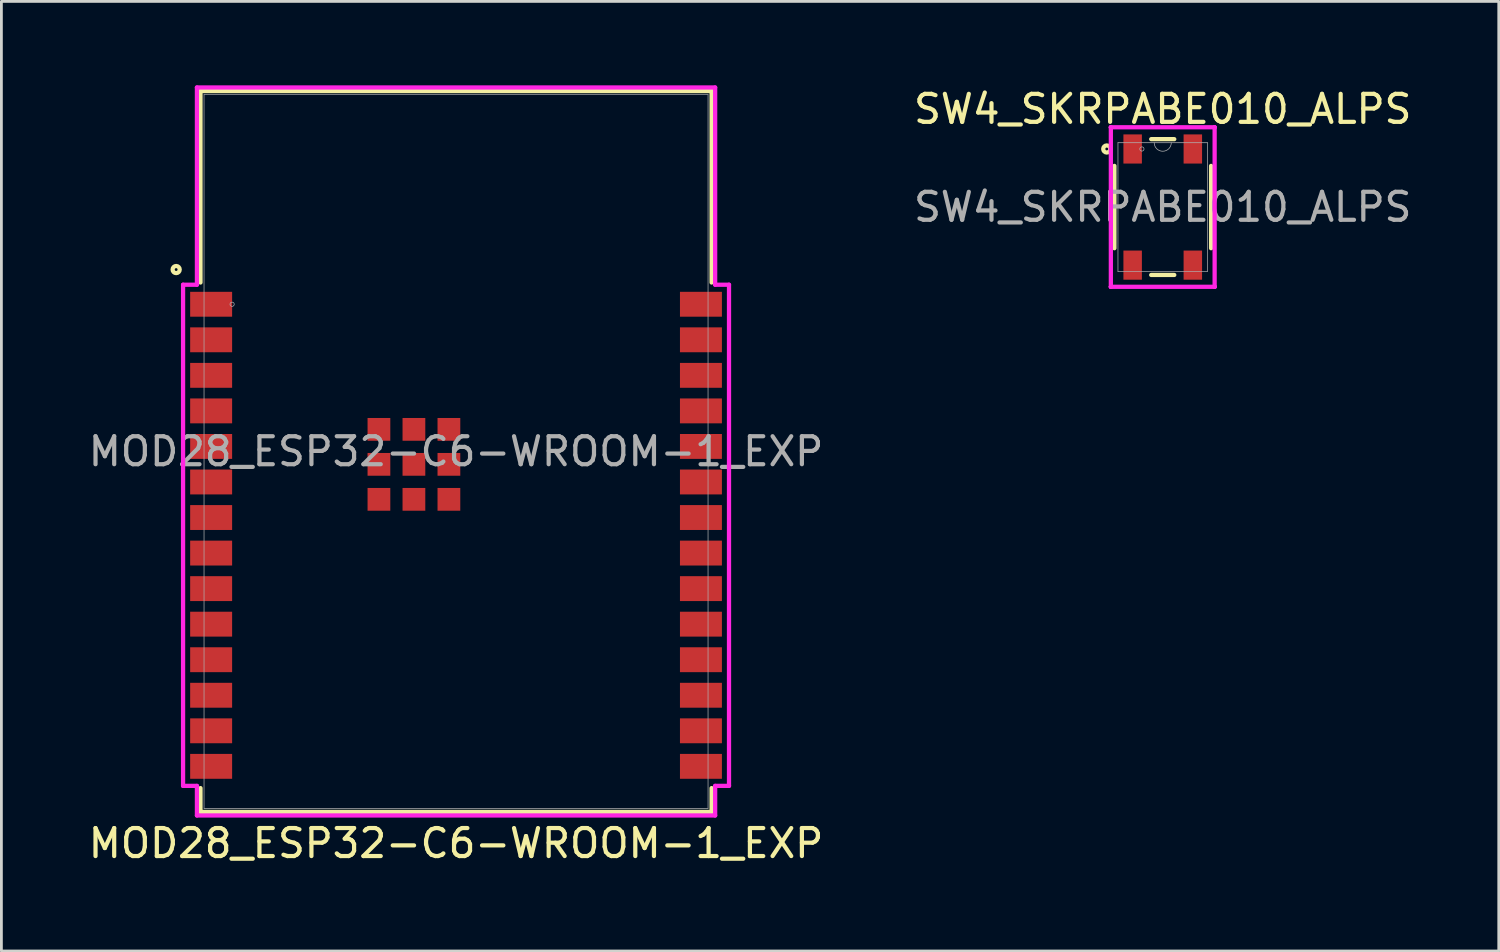
<source format=kicad_pcb>
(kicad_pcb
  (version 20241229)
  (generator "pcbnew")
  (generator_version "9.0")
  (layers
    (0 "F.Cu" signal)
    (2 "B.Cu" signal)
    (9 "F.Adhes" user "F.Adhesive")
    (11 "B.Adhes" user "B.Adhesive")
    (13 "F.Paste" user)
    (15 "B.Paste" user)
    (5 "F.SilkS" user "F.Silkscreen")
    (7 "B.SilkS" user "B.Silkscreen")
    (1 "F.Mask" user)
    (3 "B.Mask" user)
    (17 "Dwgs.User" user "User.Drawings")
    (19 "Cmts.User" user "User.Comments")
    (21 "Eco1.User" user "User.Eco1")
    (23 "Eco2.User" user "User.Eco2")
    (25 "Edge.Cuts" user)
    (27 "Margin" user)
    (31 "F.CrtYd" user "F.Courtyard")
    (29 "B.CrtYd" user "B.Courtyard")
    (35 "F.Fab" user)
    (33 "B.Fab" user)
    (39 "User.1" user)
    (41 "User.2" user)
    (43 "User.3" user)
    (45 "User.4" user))
  (footprint "SW4_SKRPABE010_ALPS"
    (layer "F.Cu")
    (at 38.494 4.348)
    (property "Reference" "SW4_SKRPABE010_ALPS" (at 0 -3.5 0) (unlocked yes) (layer "F.SilkS") (effects (font (size 1 1) (thickness 0.15))))
    (attr smd)
    (fp_line (start -1.727 -1.47) (end -1.727 1.47) (stroke (width 0.152) (type solid)) (layer "F.SilkS"))
    (fp_line (start -0.412 2.426) (end 0.412 2.426) (stroke (width 0.152) (type solid)) (layer "F.SilkS"))
    (fp_line (start 0.412 -2.426) (end -0.412 -2.426) (stroke (width 0.152) (type solid)) (layer "F.SilkS"))
    (fp_line (start 1.727 1.47) (end 1.727 -1.47) (stroke (width 0.152) (type solid)) (layer "F.SilkS"))
    (fp_circle (center -2 -2.075) (end -1.873 -2.075) (stroke (width 0.152) (type solid)) (fill no) (layer "F.SilkS"))
    (fp_line (start -1.854 -2.85) (end -1.854 -2.85) (stroke (width 0.152) (type solid)) (layer "F.CrtYd"))
    (fp_line (start -1.854 -2.85) (end -1.854 -2.85) (stroke (width 0.152) (type solid)) (layer "F.CrtYd"))
    (fp_line (start -1.854 -2.85) (end 1.854 -2.85) (stroke (width 0.152) (type solid)) (layer "F.CrtYd"))
    (fp_line (start -1.854 2.85) (end -1.854 -2.85) (stroke (width 0.152) (type solid)) (layer "F.CrtYd"))
    (fp_line (start -1.854 2.85) (end -1.854 2.85) (stroke (width 0.152) (type solid)) (layer "F.CrtYd"))
    (fp_line (start -1.854 2.85) (end -1.854 2.85) (stroke (width 0.152) (type solid)) (layer "F.CrtYd"))
    (fp_line (start 1.854 -2.85) (end 1.854 -2.85) (stroke (width 0.152) (type solid)) (layer "F.CrtYd"))
    (fp_line (start 1.854 -2.85) (end 1.854 -2.85) (stroke (width 0.152) (type solid)) (layer "F.CrtYd"))
    (fp_line (start 1.854 -2.85) (end 1.854 2.85) (stroke (width 0.152) (type solid)) (layer "F.CrtYd"))
    (fp_line (start 1.854 2.85) (end -1.854 2.85) (stroke (width 0.152) (type solid)) (layer "F.CrtYd"))
    (fp_line (start 1.854 2.85) (end 1.854 2.85) (stroke (width 0.152) (type solid)) (layer "F.CrtYd"))
    (fp_line (start 1.854 2.85) (end 1.854 2.85) (stroke (width 0.152) (type solid)) (layer "F.CrtYd"))
    (fp_line (start -1.6 -2.299) (end -1.6 2.299) (stroke (width 0.025) (type solid)) (layer "F.Fab"))
    (fp_line (start -1.6 2.299) (end 1.6 2.299) (stroke (width 0.025) (type solid)) (layer "F.Fab"))
    (fp_line (start 1.6 -2.299) (end -1.6 -2.299) (stroke (width 0.025) (type solid)) (layer "F.Fab"))
    (fp_line (start 1.6 2.299) (end 1.6 -2.299) (stroke (width 0.025) (type solid)) (layer "F.Fab"))
    (fp_arc (start 0.3048 -2.2987) (mid 0 -1.9939) (end -0.3048 -2.2987) (stroke (width 0.0254) (type solid)) (layer "F.Fab"))
    (fp_circle (center -0.745 -2.075) (end -0.669 -2.075) (stroke (width 0.025) (type solid)) (fill no) (layer "F.Fab"))
    (fp_text user "${REFERENCE}" (at 0 0 0) (unlocked yes) (layer "F.Fab") (effects (font (size 1 1) (thickness 0.15))))
    (pad "1" smd rect (at -1.075 -2.075) (size 0.66 1.041) (layers "F.Cu" "F.Mask" "F.Paste"))
    (pad "2" smd rect (at -1.075 2.075) (size 0.66 1.041) (layers "F.Cu" "F.Mask" "F.Paste"))
    (pad "3" smd rect (at 1.075 -2.075) (size 0.66 1.041) (layers "F.Cu" "F.Mask" "F.Paste"))
    (pad "4" smd rect (at 1.075 2.075) (size 0.66 1.041) (layers "F.Cu" "F.Mask" "F.Paste")))
  (footprint "MOD28_ESP32-C6-WROOM-1_EXP"
    (layer "F.Cu")
    (at 13.244 13.081)
    (property "Reference" "MOD28_ESP32-C6-WROOM-1_EXP" (at 0 14 0) (unlocked yes) (layer "F.SilkS") (effects (font (size 1 1) (thickness 0.15))))
    (attr smd)
    (fp_line (start -9.131 -12.878) (end 9.131 -12.878) (stroke (width 0.152) (type solid)) (layer "F.SilkS"))
    (fp_line (start -9.131 -6.037) (end -9.131 -12.878) (stroke (width 0.152) (type solid)) (layer "F.SilkS"))
    (fp_line (start -9.131 12.878) (end -9.131 12.027) (stroke (width 0.152) (type solid)) (layer "F.SilkS"))
    (fp_line (start 9.131 -12.878) (end 9.131 -6.037) (stroke (width 0.152) (type solid)) (layer "F.SilkS"))
    (fp_line (start 9.131 12.027) (end 9.131 12.878) (stroke (width 0.152) (type solid)) (layer "F.SilkS"))
    (fp_line (start 9.131 12.878) (end -9.131 12.878) (stroke (width 0.152) (type solid)) (layer "F.SilkS"))
    (fp_circle (center -10 -6.5) (end -9.873 -6.5) (stroke (width 0.152) (type solid)) (fill no) (layer "F.SilkS"))
    (fp_poly (pts (xy -9.004 -12.751) (xy -9.004 -6.756) (xy 9.004 -6.756) (xy 9.004 -12.751)) (stroke (width 0.1) (type solid)) (fill no) (layer "Eco2.User"))
    (fp_line (start -9.753 -5.958) (end -9.753 11.948) (stroke (width 0.152) (type solid)) (layer "F.CrtYd"))
    (fp_line (start -9.753 11.948) (end -9.258 11.948) (stroke (width 0.152) (type solid)) (layer "F.CrtYd"))
    (fp_line (start -9.258 -13.005) (end -9.258 -5.958) (stroke (width 0.152) (type solid)) (layer "F.CrtYd"))
    (fp_line (start -9.258 -5.958) (end -9.753 -5.958) (stroke (width 0.152) (type solid)) (layer "F.CrtYd"))
    (fp_line (start -9.258 11.948) (end -9.258 13.005) (stroke (width 0.152) (type solid)) (layer "F.CrtYd"))
    (fp_line (start -9.258 13.005) (end 9.258 13.005) (stroke (width 0.152) (type solid)) (layer "F.CrtYd"))
    (fp_line (start 9.258 -13.005) (end -9.258 -13.005) (stroke (width 0.152) (type solid)) (layer "F.CrtYd"))
    (fp_line (start 9.258 -5.958) (end 9.258 -13.005) (stroke (width 0.152) (type solid)) (layer "F.CrtYd"))
    (fp_line (start 9.258 11.948) (end 9.753 11.948) (stroke (width 0.152) (type solid)) (layer "F.CrtYd"))
    (fp_line (start 9.258 13.005) (end 9.258 11.948) (stroke (width 0.152) (type solid)) (layer "F.CrtYd"))
    (fp_line (start 9.753 -5.958) (end 9.258 -5.958) (stroke (width 0.152) (type solid)) (layer "F.CrtYd"))
    (fp_line (start 9.753 11.948) (end 9.753 -5.958) (stroke (width 0.152) (type solid)) (layer "F.CrtYd"))
    (fp_line (start -9.004 -12.751) (end -9.004 12.751) (stroke (width 0.025) (type solid)) (layer "F.Fab"))
    (fp_line (start -9.004 12.751) (end 9.004 12.751) (stroke (width 0.025) (type solid)) (layer "F.Fab"))
    (fp_line (start 9.004 -12.751) (end -9.004 -12.751) (stroke (width 0.025) (type solid)) (layer "F.Fab"))
    (fp_line (start 9.004 12.751) (end 9.004 -12.751) (stroke (width 0.025) (type solid)) (layer "F.Fab"))
    (fp_circle (center -8.001 -5.26) (end -7.925 -5.26) (stroke (width 0.025) (type solid)) (fill no) (layer "F.Fab"))
    (fp_text user "${REFERENCE}" (at 0 0 0) (unlocked yes) (layer "F.Fab") (effects (font (size 1 1) (thickness 0.15))))
    (pad "1" smd rect (at -8.75 -5.26) (size 1.499 0.889) (layers "F.Cu" "F.Mask" "F.Paste"))
    (pad "2" smd rect (at -8.75 -3.99) (size 1.499 0.889) (layers "F.Cu" "F.Mask" "F.Paste"))
    (pad "3" smd rect (at -8.75 -2.72) (size 1.499 0.889) (layers "F.Cu" "F.Mask" "F.Paste"))
    (pad "4" smd rect (at -8.75 -1.45) (size 1.499 0.889) (layers "F.Cu" "F.Mask" "F.Paste"))
    (pad "5" smd rect (at -8.75 -0.18) (size 1.499 0.889) (layers "F.Cu" "F.Mask" "F.Paste"))
    (pad "6" smd rect (at -8.75 1.09) (size 1.499 0.889) (layers "F.Cu" "F.Mask" "F.Paste"))
    (pad "7" smd rect (at -8.75 2.36) (size 1.499 0.889) (layers "F.Cu" "F.Mask" "F.Paste"))
    (pad "8" smd rect (at -8.75 3.63) (size 1.499 0.889) (layers "F.Cu" "F.Mask" "F.Paste"))
    (pad "9" smd rect (at -8.75 4.9) (size 1.499 0.889) (layers "F.Cu" "F.Mask" "F.Paste"))
    (pad "10" smd rect (at -8.75 6.17) (size 1.499 0.889) (layers "F.Cu" "F.Mask" "F.Paste"))
    (pad "11" smd rect (at -8.75 7.44) (size 1.499 0.889) (layers "F.Cu" "F.Mask" "F.Paste"))
    (pad "12" smd rect (at -8.75 8.71) (size 1.499 0.889) (layers "F.Cu" "F.Mask" "F.Paste"))
    (pad "13" smd rect (at -8.75 9.98) (size 1.499 0.889) (layers "F.Cu" "F.Mask" "F.Paste"))
    (pad "14" smd rect (at -8.75 11.25) (size 1.499 0.889) (layers "F.Cu" "F.Mask" "F.Paste"))
    (pad "15" smd rect (at 8.75 11.25) (size 1.499 0.889) (layers "F.Cu" "F.Mask" "F.Paste"))
    (pad "16" smd rect (at 8.75 9.98) (size 1.499 0.889) (layers "F.Cu" "F.Mask" "F.Paste"))
    (pad "17" smd rect (at 8.75 8.71) (size 1.499 0.889) (layers "F.Cu" "F.Mask" "F.Paste"))
    (pad "18" smd rect (at 8.75 7.44) (size 1.499 0.889) (layers "F.Cu" "F.Mask" "F.Paste"))
    (pad "19" smd rect (at 8.75 6.17) (size 1.499 0.889) (layers "F.Cu" "F.Mask" "F.Paste"))
    (pad "20" smd rect (at 8.75 4.9) (size 1.499 0.889) (layers "F.Cu" "F.Mask" "F.Paste"))
    (pad "21" smd rect (at 8.75 3.63) (size 1.499 0.889) (layers "F.Cu" "F.Mask" "F.Paste"))
    (pad "22" smd rect (at 8.75 2.36) (size 1.499 0.889) (layers "F.Cu" "F.Mask" "F.Paste"))
    (pad "23" smd rect (at 8.75 1.09) (size 1.499 0.889) (layers "F.Cu" "F.Mask" "F.Paste"))
    (pad "24" smd rect (at 8.75 -0.18) (size 1.499 0.889) (layers "F.Cu" "F.Mask" "F.Paste"))
    (pad "25" smd rect (at 8.75 -1.45) (size 1.499 0.889) (layers "F.Cu" "F.Mask" "F.Paste"))
    (pad "26" smd rect (at 8.75 -2.72) (size 1.499 0.889) (layers "F.Cu" "F.Mask" "F.Paste"))
    (pad "27" smd rect (at 8.75 -3.99) (size 1.499 0.889) (layers "F.Cu" "F.Mask" "F.Paste"))
    (pad "28" smd rect (at 8.75 -5.26) (size 1.499 0.889) (layers "F.Cu" "F.Mask" "F.Paste"))
    (pad "29" smd rect (at -1.505 0.46) (size 0.813 0.813) (layers "F.Cu" "F.Mask" "F.Paste"))
    (pad "30" smd rect (at -2.755 -0.79) (size 0.813 0.813) (layers "F.Cu" "F.Mask" "F.Paste"))
    (pad "31" smd rect (at -2.755 0.46) (size 0.813 0.813) (layers "F.Cu" "F.Mask" "F.Paste"))
    (pad "32" smd rect (at -2.755 1.71) (size 0.813 0.813) (layers "F.Cu" "F.Mask" "F.Paste"))
    (pad "33" smd rect (at -1.505 1.71) (size 0.813 0.813) (layers "F.Cu" "F.Mask" "F.Paste"))
    (pad "34" smd rect (at -0.255 1.71) (size 0.813 0.813) (layers "F.Cu" "F.Mask" "F.Paste"))
    (pad "35" smd rect (at -0.255 0.46) (size 0.813 0.813) (layers "F.Cu" "F.Mask" "F.Paste"))
    (pad "36" smd rect (at -0.255 -0.79) (size 0.813 0.813) (layers "F.Cu" "F.Mask" "F.Paste"))
    (pad "37" smd rect (at -1.505 -0.79) (size 0.813 0.813) (layers "F.Cu" "F.Mask" "F.Paste")))
  (gr_rect
    (start -3 -3)
    (end 50.5 30.929)
    (stroke (width 0.1) (type default))
    (fill no)
    (layer "Edge.Cuts")))
</source>
